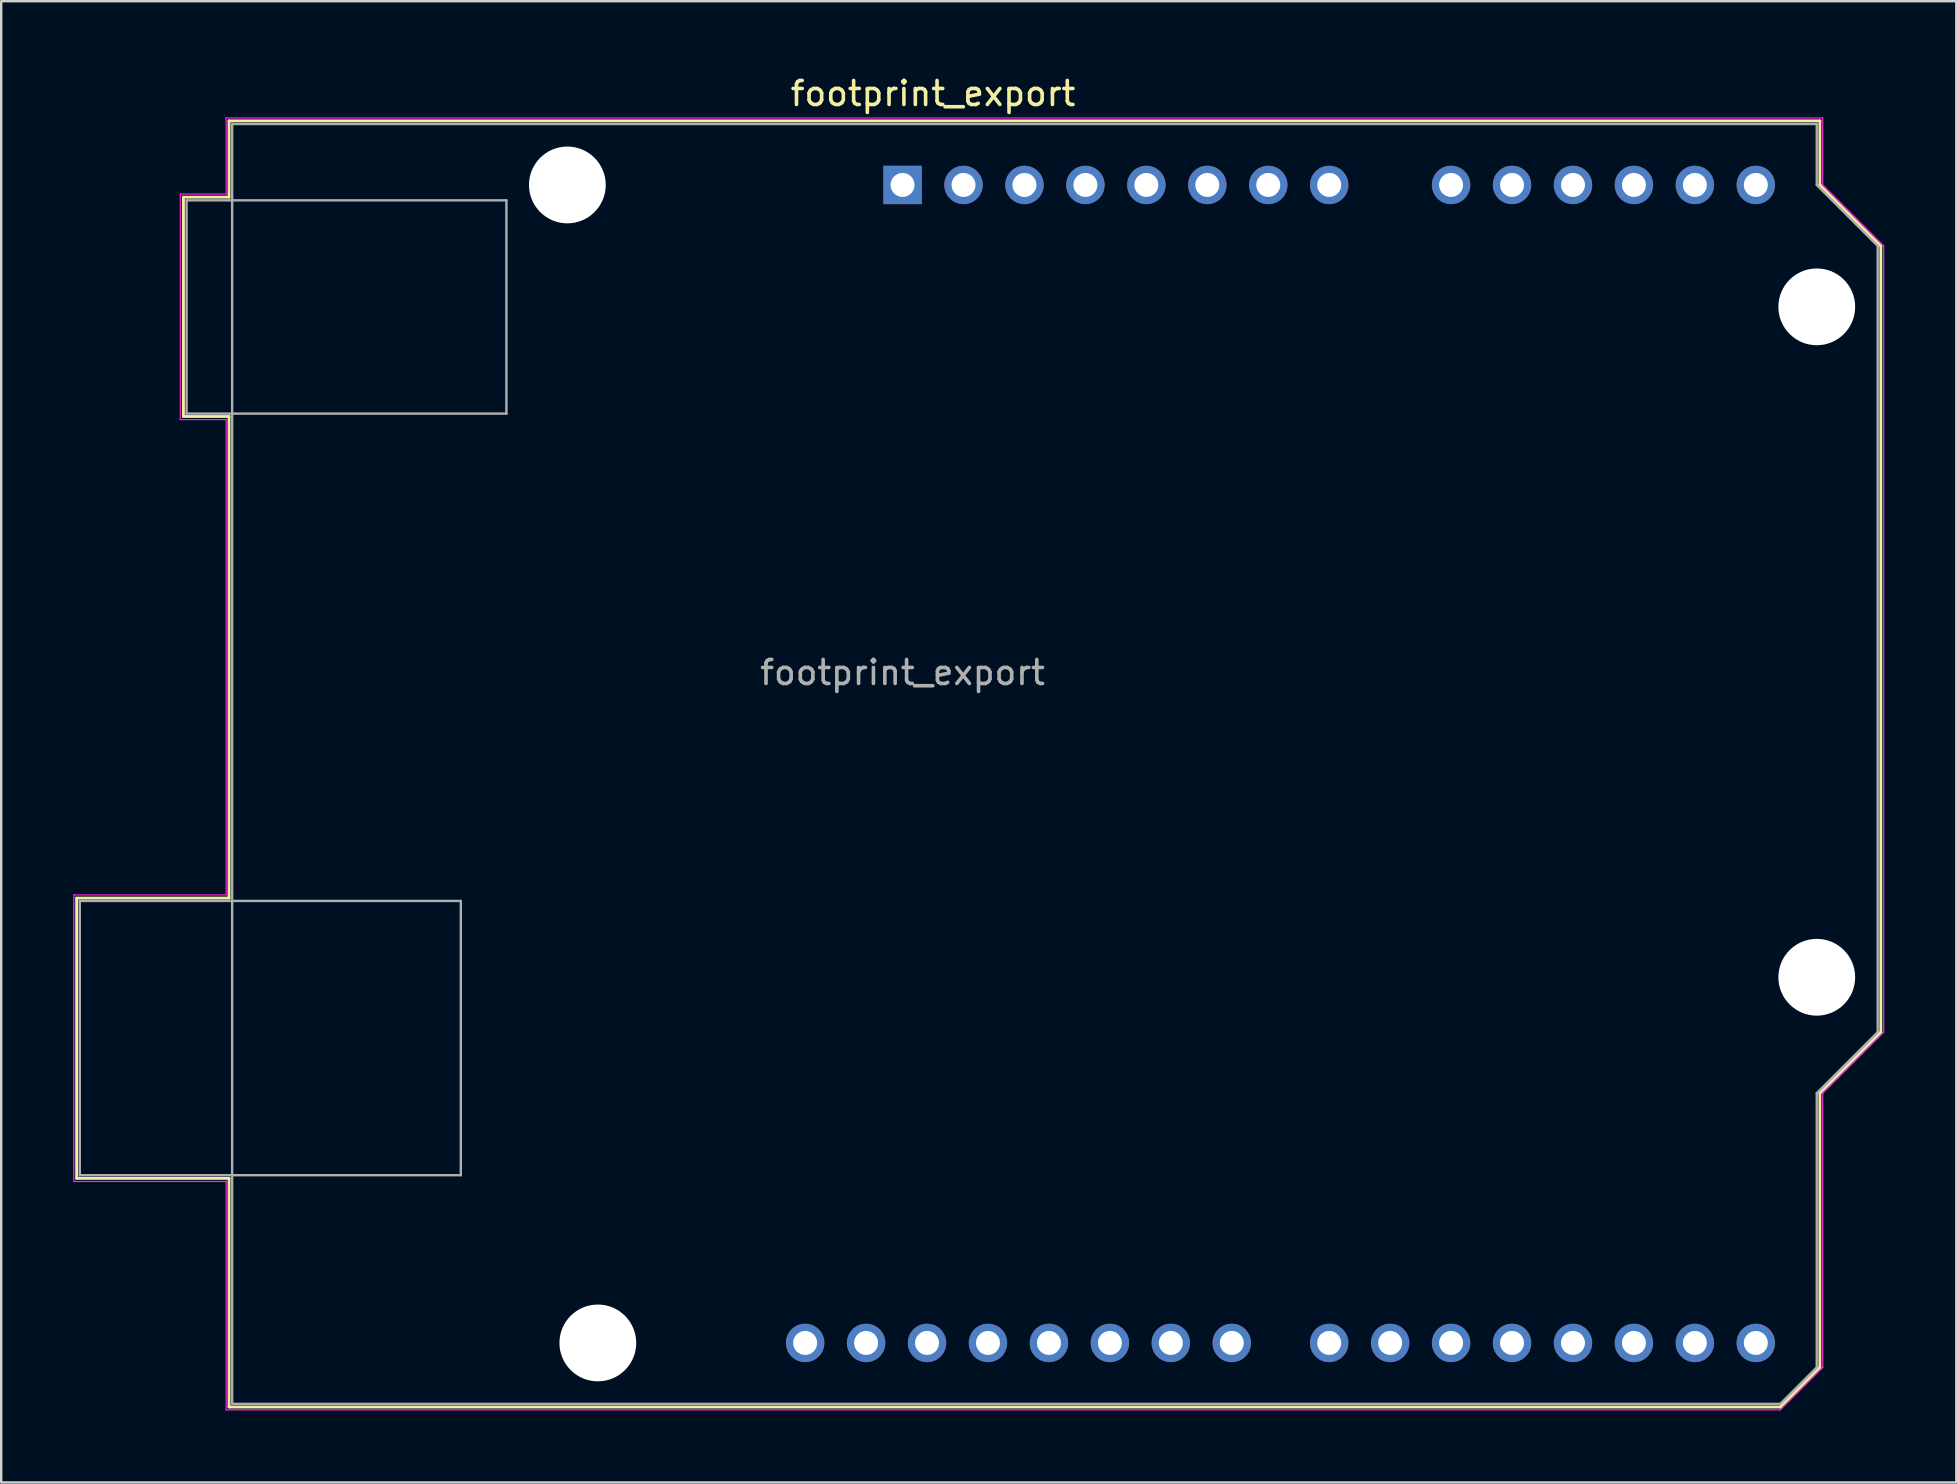
<source format=kicad_pcb>
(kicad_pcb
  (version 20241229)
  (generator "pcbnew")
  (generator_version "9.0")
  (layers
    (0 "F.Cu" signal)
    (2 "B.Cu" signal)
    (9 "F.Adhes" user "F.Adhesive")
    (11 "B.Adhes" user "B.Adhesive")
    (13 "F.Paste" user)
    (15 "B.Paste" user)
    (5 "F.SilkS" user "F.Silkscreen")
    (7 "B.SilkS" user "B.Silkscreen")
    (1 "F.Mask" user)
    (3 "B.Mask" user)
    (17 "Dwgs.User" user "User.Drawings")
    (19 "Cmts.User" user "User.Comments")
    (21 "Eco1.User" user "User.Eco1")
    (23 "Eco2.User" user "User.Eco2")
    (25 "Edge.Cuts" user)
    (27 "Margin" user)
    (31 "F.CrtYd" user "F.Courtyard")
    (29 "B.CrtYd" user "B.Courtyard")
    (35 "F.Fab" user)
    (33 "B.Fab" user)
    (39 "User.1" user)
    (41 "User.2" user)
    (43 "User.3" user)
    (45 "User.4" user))
  (footprint "footprint_export"
    (layer "F.Cu")
    (at 34.565 4.658)
    (property "Reference" "footprint_export" (at 1.27 -3.81 180) (layer "F.SilkS") (effects (font (size 1 1) (thickness 0.15))))
    (attr through_hole)
    (fp_line (start -34.42 29.72) (end -34.42 41.4) (stroke (width 0.12) (type solid)) (layer "F.SilkS"))
    (fp_line (start -34.42 41.4) (end -28.07 41.4) (stroke (width 0.12) (type solid)) (layer "F.SilkS"))
    (fp_line (start -29.97 0.51) (end -29.97 9.65) (stroke (width 0.12) (type solid)) (layer "F.SilkS"))
    (fp_line (start -29.97 9.65) (end -28.07 9.65) (stroke (width 0.12) (type solid)) (layer "F.SilkS"))
    (fp_line (start -28.07 -2.67) (end -28.07 0.51) (stroke (width 0.12) (type solid)) (layer "F.SilkS"))
    (fp_line (start -28.07 0.51) (end -29.97 0.51) (stroke (width 0.12) (type solid)) (layer "F.SilkS"))
    (fp_line (start -28.07 9.65) (end -28.07 29.72) (stroke (width 0.12) (type solid)) (layer "F.SilkS"))
    (fp_line (start -28.07 29.72) (end -34.42 29.72) (stroke (width 0.12) (type solid)) (layer "F.SilkS"))
    (fp_line (start -28.07 41.4) (end -28.07 50.93) (stroke (width 0.12) (type solid)) (layer "F.SilkS"))
    (fp_line (start -28.07 50.93) (end 36.58 50.93) (stroke (width 0.12) (type solid)) (layer "F.SilkS"))
    (fp_line (start 36.58 50.93) (end 38.23 49.28) (stroke (width 0.12) (type solid)) (layer "F.SilkS"))
    (fp_line (start 38.23 -2.67) (end -28.07 -2.67) (stroke (width 0.12) (type solid)) (layer "F.SilkS"))
    (fp_line (start 38.23 0) (end 38.23 -2.67) (stroke (width 0.12) (type solid)) (layer "F.SilkS"))
    (fp_line (start 38.23 37.85) (end 40.77 35.31) (stroke (width 0.12) (type solid)) (layer "F.SilkS"))
    (fp_line (start 38.23 49.28) (end 38.23 37.85) (stroke (width 0.12) (type solid)) (layer "F.SilkS"))
    (fp_line (start 40.77 2.54) (end 38.23 0) (stroke (width 0.12) (type solid)) (layer "F.SilkS"))
    (fp_line (start 40.77 35.31) (end 40.77 2.54) (stroke (width 0.12) (type solid)) (layer "F.SilkS"))
    (fp_line (start -34.54 29.59) (end -28.19 29.59) (stroke (width 0.05) (type solid)) (layer "F.CrtYd"))
    (fp_line (start -34.54 41.53) (end -34.54 29.59) (stroke (width 0.05) (type solid)) (layer "F.CrtYd"))
    (fp_line (start -30.1 0.38) (end -28.19 0.38) (stroke (width 0.05) (type solid)) (layer "F.CrtYd"))
    (fp_line (start -30.1 9.78) (end -30.1 0.38) (stroke (width 0.05) (type solid)) (layer "F.CrtYd"))
    (fp_line (start -28.19 -2.79) (end 38.35 -2.79) (stroke (width 0.05) (type solid)) (layer "F.CrtYd"))
    (fp_line (start -28.19 0.38) (end -28.19 -2.79) (stroke (width 0.05) (type solid)) (layer "F.CrtYd"))
    (fp_line (start -28.19 9.78) (end -30.1 9.78) (stroke (width 0.05) (type solid)) (layer "F.CrtYd"))
    (fp_line (start -28.19 29.59) (end -28.19 9.78) (stroke (width 0.05) (type solid)) (layer "F.CrtYd"))
    (fp_line (start -28.19 41.53) (end -34.54 41.53) (stroke (width 0.05) (type solid)) (layer "F.CrtYd"))
    (fp_line (start -28.19 51.05) (end -28.19 41.53) (stroke (width 0.05) (type solid)) (layer "F.CrtYd"))
    (fp_line (start 36.58 51.05) (end -28.19 51.05) (stroke (width 0.05) (type solid)) (layer "F.CrtYd"))
    (fp_line (start 38.35 -2.79) (end 38.35 0) (stroke (width 0.05) (type solid)) (layer "F.CrtYd"))
    (fp_line (start 38.35 0) (end 40.89 2.54) (stroke (width 0.05) (type solid)) (layer "F.CrtYd"))
    (fp_line (start 38.35 37.85) (end 38.35 49.28) (stroke (width 0.05) (type solid)) (layer "F.CrtYd"))
    (fp_line (start 38.35 49.28) (end 36.58 51.05) (stroke (width 0.05) (type solid)) (layer "F.CrtYd"))
    (fp_line (start 40.89 2.54) (end 40.89 35.31) (stroke (width 0.05) (type solid)) (layer "F.CrtYd"))
    (fp_line (start 40.89 35.31) (end 38.35 37.85) (stroke (width 0.05) (type solid)) (layer "F.CrtYd"))
    (fp_line (start -34.29 29.84) (end -18.41 29.84) (stroke (width 0.1) (type solid)) (layer "F.Fab"))
    (fp_line (start -34.29 41.27) (end -34.29 29.84) (stroke (width 0.1) (type solid)) (layer "F.Fab"))
    (fp_line (start -29.84 0.64) (end -16.51 0.64) (stroke (width 0.1) (type solid)) (layer "F.Fab"))
    (fp_line (start -29.84 9.53) (end -29.84 0.64) (stroke (width 0.1) (type solid)) (layer "F.Fab"))
    (fp_line (start -27.94 -2.54) (end 38.1 -2.54) (stroke (width 0.1) (type solid)) (layer "F.Fab"))
    (fp_line (start -27.94 50.8) (end -27.94 -2.54) (stroke (width 0.1) (type solid)) (layer "F.Fab"))
    (fp_line (start -18.41 29.84) (end -18.41 41.27) (stroke (width 0.1) (type solid)) (layer "F.Fab"))
    (fp_line (start -18.41 41.27) (end -34.29 41.27) (stroke (width 0.1) (type solid)) (layer "F.Fab"))
    (fp_line (start -16.51 0.64) (end -16.51 9.53) (stroke (width 0.1) (type solid)) (layer "F.Fab"))
    (fp_line (start -16.51 9.53) (end -29.84 9.53) (stroke (width 0.1) (type solid)) (layer "F.Fab"))
    (fp_line (start 36.58 50.8) (end -27.94 50.8) (stroke (width 0.1) (type solid)) (layer "F.Fab"))
    (fp_line (start 38.1 -2.54) (end 38.1 0) (stroke (width 0.1) (type solid)) (layer "F.Fab"))
    (fp_line (start 38.1 0) (end 40.64 2.54) (stroke (width 0.1) (type solid)) (layer "F.Fab"))
    (fp_line (start 38.1 37.85) (end 38.1 49.28) (stroke (width 0.1) (type solid)) (layer "F.Fab"))
    (fp_line (start 38.1 49.28) (end 36.58 50.8) (stroke (width 0.1) (type solid)) (layer "F.Fab"))
    (fp_line (start 40.64 2.54) (end 40.64 35.31) (stroke (width 0.1) (type solid)) (layer "F.Fab"))
    (fp_line (start 40.64 35.31) (end 38.1 37.85) (stroke (width 0.1) (type solid)) (layer "F.Fab"))
    (fp_text user "${REFERENCE}" (at 0 20.32 180) (layer "F.Fab") (effects (font (size 1 1) (thickness 0.15))))
    (pad "" np_thru_hole circle (at -13.97 0 90) (size 3.2 3.2) (drill 3.2) (layers "*.Cu" "*.Mask"))
    (pad "" np_thru_hole circle (at -12.7 48.26 90) (size 3.2 3.2) (drill 3.2) (layers "*.Cu" "*.Mask"))
    (pad "" np_thru_hole circle (at 38.1 5.08 90) (size 3.2 3.2) (drill 3.2) (layers "*.Cu" "*.Mask"))
    (pad "" np_thru_hole circle (at 38.1 33.02 90) (size 3.2 3.2) (drill 3.2) (layers "*.Cu" "*.Mask"))
    (pad "1" thru_hole rect (at 0 0 90) (size 1.6 1.6) (drill 1) (layers "*.Cu" "*.Mask"))
    (pad "2" thru_hole oval (at 2.54 0 90) (size 1.6 1.6) (drill 1) (layers "*.Cu" "*.Mask"))
    (pad "3" thru_hole oval (at 5.08 0 90) (size 1.6 1.6) (drill 1) (layers "*.Cu" "*.Mask"))
    (pad "4" thru_hole oval (at 7.62 0 90) (size 1.6 1.6) (drill 1) (layers "*.Cu" "*.Mask"))
    (pad "5" thru_hole oval (at 10.16 0 90) (size 1.6 1.6) (drill 1) (layers "*.Cu" "*.Mask"))
    (pad "6" thru_hole oval (at 12.7 0 90) (size 1.6 1.6) (drill 1) (layers "*.Cu" "*.Mask"))
    (pad "7" thru_hole oval (at 15.24 0 90) (size 1.6 1.6) (drill 1) (layers "*.Cu" "*.Mask"))
    (pad "8" thru_hole oval (at 17.78 0 90) (size 1.6 1.6) (drill 1) (layers "*.Cu" "*.Mask"))
    (pad "9" thru_hole oval (at 22.86 0 90) (size 1.6 1.6) (drill 1) (layers "*.Cu" "*.Mask"))
    (pad "10" thru_hole oval (at 25.4 0 90) (size 1.6 1.6) (drill 1) (layers "*.Cu" "*.Mask"))
    (pad "11" thru_hole oval (at 27.94 0 90) (size 1.6 1.6) (drill 1) (layers "*.Cu" "*.Mask"))
    (pad "12" thru_hole oval (at 30.48 0 90) (size 1.6 1.6) (drill 1) (layers "*.Cu" "*.Mask"))
    (pad "13" thru_hole oval (at 33.02 0 90) (size 1.6 1.6) (drill 1) (layers "*.Cu" "*.Mask"))
    (pad "14" thru_hole oval (at 35.56 0 90) (size 1.6 1.6) (drill 1) (layers "*.Cu" "*.Mask"))
    (pad "15" thru_hole oval (at 35.56 48.26 90) (size 1.6 1.6) (drill 1) (layers "*.Cu" "*.Mask"))
    (pad "16" thru_hole oval (at 33.02 48.26 90) (size 1.6 1.6) (drill 1) (layers "*.Cu" "*.Mask"))
    (pad "17" thru_hole oval (at 30.48 48.26 90) (size 1.6 1.6) (drill 1) (layers "*.Cu" "*.Mask"))
    (pad "18" thru_hole oval (at 27.94 48.26 90) (size 1.6 1.6) (drill 1) (layers "*.Cu" "*.Mask"))
    (pad "19" thru_hole oval (at 25.4 48.26 90) (size 1.6 1.6) (drill 1) (layers "*.Cu" "*.Mask"))
    (pad "20" thru_hole oval (at 22.86 48.26 90) (size 1.6 1.6) (drill 1) (layers "*.Cu" "*.Mask"))
    (pad "21" thru_hole oval (at 20.32 48.26 90) (size 1.6 1.6) (drill 1) (layers "*.Cu" "*.Mask"))
    (pad "22" thru_hole oval (at 17.78 48.26 90) (size 1.6 1.6) (drill 1) (layers "*.Cu" "*.Mask"))
    (pad "23" thru_hole oval (at 13.72 48.26 90) (size 1.6 1.6) (drill 1) (layers "*.Cu" "*.Mask"))
    (pad "24" thru_hole oval (at 11.18 48.26 90) (size 1.6 1.6) (drill 1) (layers "*.Cu" "*.Mask"))
    (pad "25" thru_hole oval (at 8.64 48.26 90) (size 1.6 1.6) (drill 1) (layers "*.Cu" "*.Mask"))
    (pad "26" thru_hole oval (at 6.1 48.26 90) (size 1.6 1.6) (drill 1) (layers "*.Cu" "*.Mask"))
    (pad "27" thru_hole oval (at 3.56 48.26 90) (size 1.6 1.6) (drill 1) (layers "*.Cu" "*.Mask"))
    (pad "28" thru_hole oval (at 1.02 48.26 90) (size 1.6 1.6) (drill 1) (layers "*.Cu" "*.Mask"))
    (pad "29" thru_hole oval (at -1.52 48.26 90) (size 1.6 1.6) (drill 1) (layers "*.Cu" "*.Mask"))
    (pad "30" thru_hole oval (at -4.06 48.26 90) (size 1.6 1.6) (drill 1) (layers "*.Cu" "*.Mask")))
  (gr_rect
    (start -3 -3)
    (end 78.48 58.733)
    (stroke (width 0.1) (type default))
    (fill no)
    (layer "Edge.Cuts")))
</source>
